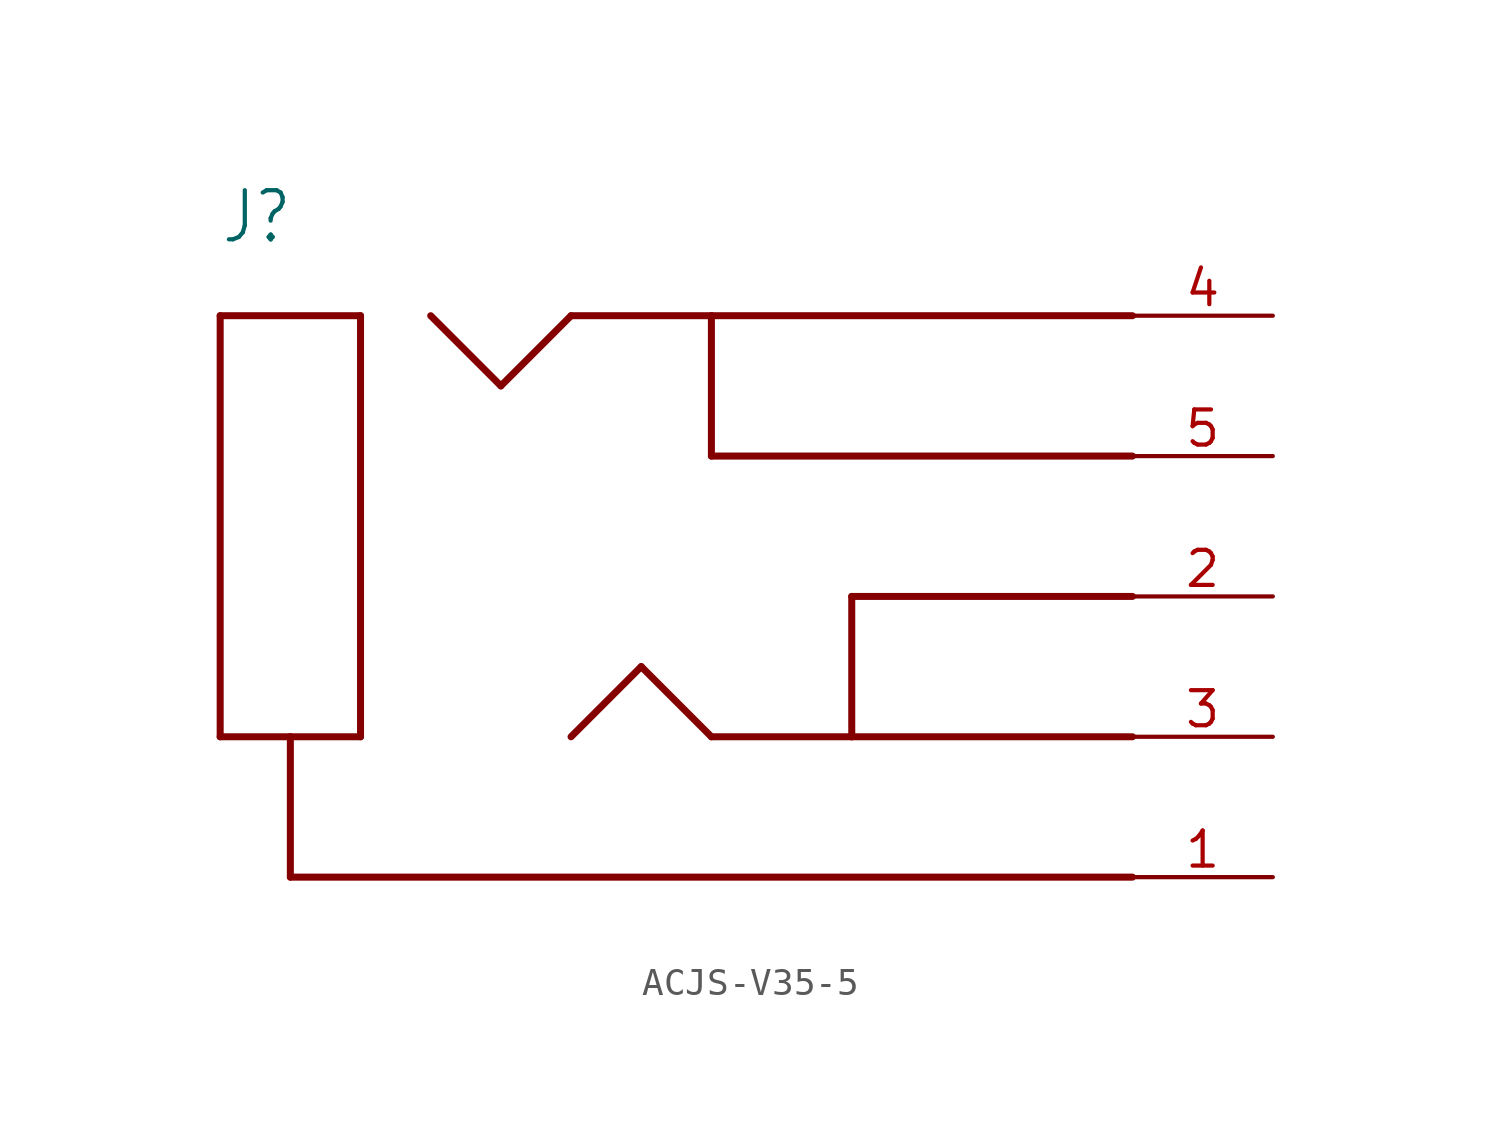
<source format=kicad_sym>
(kicad_symbol_lib
  (version 20231120)
  (generator "kicad_symbol_editor")
  (generator_version "8.0")
  (symbol "ACJS-V35-5"
    (property "Reference" "J"
      (at -12.7 12.7 0)
      (effects (font (size 1.778 1.511)) (justify left bottom)))
    (property "Value" ""
      (at 10.16 12.7 0)
      (effects (font (size 1.778 1.511)) (justify left bottom)))
    (property "ki_locked" ""
      (at 0 0 0)
      (effects (font (size 1.27 1.27))))
    (symbol "ACJS-V35-5_1_0"
      (polyline (pts (xy -12.7 -5.08) (xy -10.16 -5.08)) (stroke (width 0.254) (type solid)) (fill (type none)))
      (polyline (pts (xy -12.7 10.16) (xy -12.7 -5.08)) (stroke (width 0.254) (type solid)) (fill (type none)))
      (polyline (pts (xy -10.16 -10.16) (xy -10.16 -5.08)) (stroke (width 0.254) (type solid)) (fill (type none)))
      (polyline (pts (xy -10.16 -5.08) (xy -7.62 -5.08)) (stroke (width 0.254) (type solid)) (fill (type none)))
      (polyline (pts (xy -7.62 -5.08) (xy -7.62 10.16)) (stroke (width 0.254) (type solid)) (fill (type none)))
      (polyline (pts (xy -7.62 10.16) (xy -12.7 10.16)) (stroke (width 0.254) (type solid)) (fill (type none)))
      (polyline (pts (xy -2.54 7.62) (xy -5.08 10.16)) (stroke (width 0.254) (type solid)) (fill (type none)))
      (polyline (pts (xy 0 10.16) (xy -2.54 7.62)) (stroke (width 0.254) (type solid)) (fill (type none)))
      (polyline (pts (xy 2.54 -2.54) (xy 0 -5.08)) (stroke (width 0.254) (type solid)) (fill (type none)))
      (polyline (pts (xy 5.08 -5.08) (xy 2.54 -2.54)) (stroke (width 0.254) (type solid)) (fill (type none)))
      (polyline (pts (xy 5.08 5.08) (xy 5.08 10.16)) (stroke (width 0.254) (type solid)) (fill (type none)))
      (polyline (pts (xy 5.08 10.16) (xy 0 10.16)) (stroke (width 0.254) (type solid)) (fill (type none)))
      (polyline (pts (xy 10.16 -5.08) (xy 5.08 -5.08)) (stroke (width 0.254) (type solid)) (fill (type none)))
      (polyline (pts (xy 10.16 0) (xy 10.16 -5.08)) (stroke (width 0.254) (type solid)) (fill (type none)))
      (polyline (pts (xy 20.32 -10.16) (xy -10.16 -10.16)) (stroke (width 0.254) (type solid)) (fill (type none)))
      (polyline (pts (xy 20.32 -5.08) (xy 10.16 -5.08)) (stroke (width 0.254) (type solid)) (fill (type none)))
      (polyline (pts (xy 20.32 0) (xy 10.16 0)) (stroke (width 0.254) (type solid)) (fill (type none)))
      (polyline (pts (xy 20.32 5.08) (xy 5.08 5.08)) (stroke (width 0.254) (type solid)) (fill (type none)))
      (polyline (pts (xy 20.32 10.16) (xy 5.08 10.16)) (stroke (width 0.254) (type solid)) (fill (type none)))
      (pin bidirectional line (at 25.4 -10.16 180) (length 5.08) (name "S" (effects (font (size 0 0)))) (number "1" (effects (font (size 1.27 1.27)))))
      (pin bidirectional line (at 25.4 0 180) (length 5.08) (name "T-RETURN" (effects (font (size 0 0)))) (number "2" (effects (font (size 1.27 1.27)))))
      (pin bidirectional line (at 25.4 -5.08 180) (length 5.08) (name "T" (effects (font (size 0 0)))) (number "3" (effects (font (size 1.27 1.27)))))
      (pin bidirectional line (at 25.4 10.16 180) (length 5.08) (name "R" (effects (font (size 0 0)))) (number "4" (effects (font (size 1.27 1.27)))))
      (pin bidirectional line (at 25.4 5.08 180) (length 5.08) (name "R-RETURN" (effects (font (size 0 0)))) (number "5" (effects (font (size 1.27 1.27))))))))
</source>
